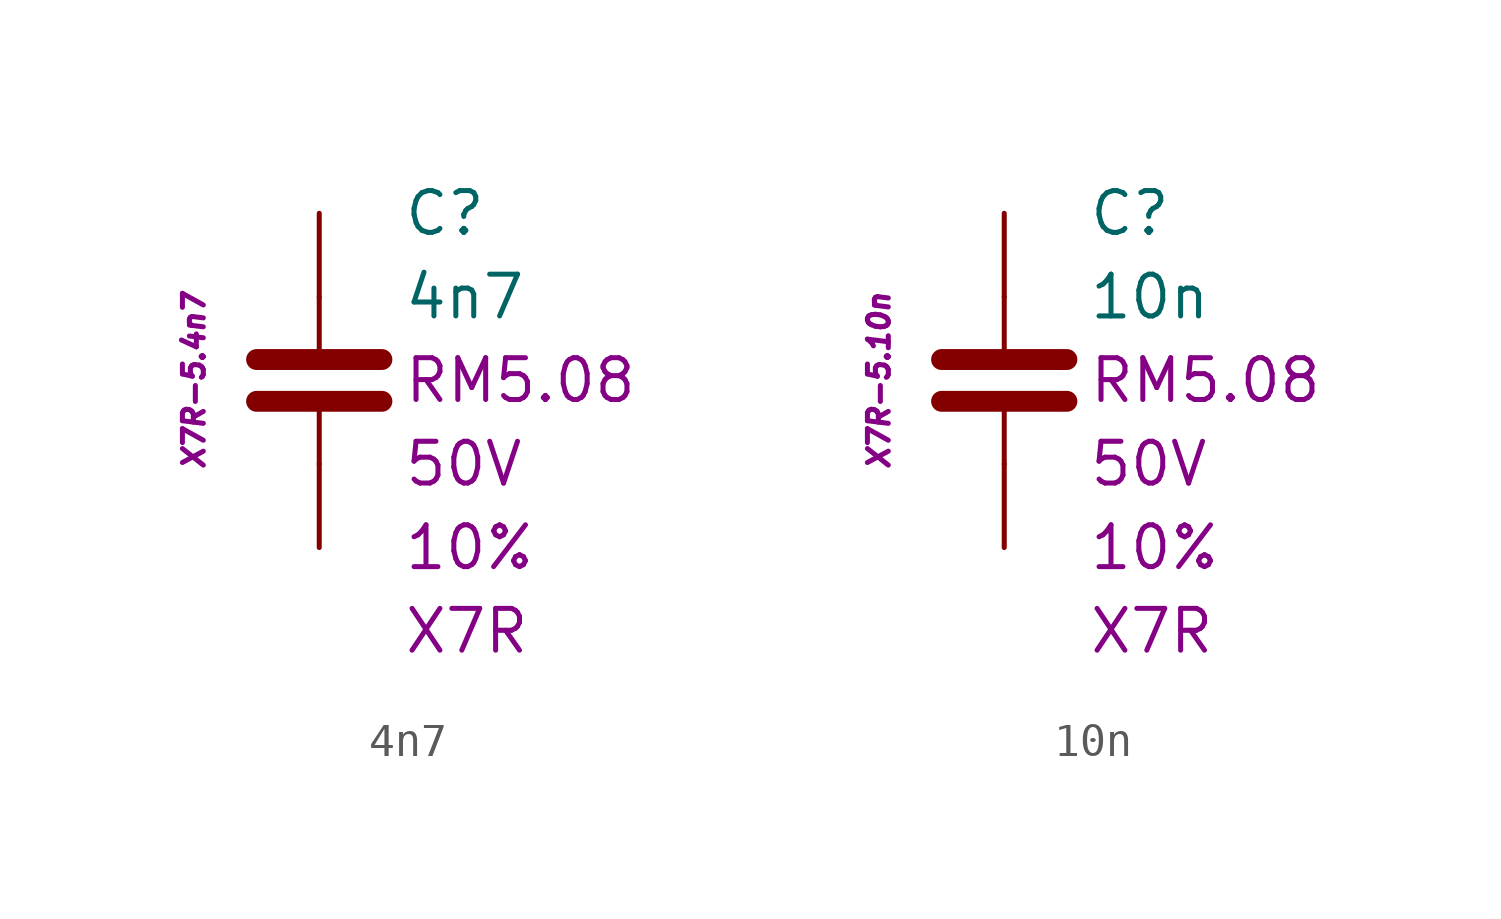
<source format=kicad_sym>
(kicad_symbol_lib
  (version 20231120)
  (generator "kicad_symbol_editor")
  (generator_version "8.0")
  (symbol "4n7"
    (pin_numbers hide)
    (pin_names
      (offset 1.016) hide)
    (property "Reference" "C"
      (at 2.54 5.08 0)
      (effects (font (size 1.27 1.27)) (justify left)))
    (property "Value" "4n7"
      (at 2.54 2.54 0)
      (effects (font (size 1.27 1.27)) (justify left)))
    (property "Package" "RM5.08"
      (at 2.54 0 0)
      (effects (font (size 1.27 1.27)) (justify left)))
    (property "Voltage" "50V"
      (at 2.54 -2.54 0)
      (effects (font (size 1.27 1.27)) (justify left)))
    (property "Tolerance" "10%"
      (at 2.54 -5.08 0)
      (effects (font (size 1.27 1.27)) (justify left)))
    (property "Dielectric" "X7R"
      (at 2.54 -7.62 0)
      (effects (font (size 1.27 1.27)) (justify left)))
    (property "MPN" "X7R-5.4n7"
      (at -3.81 0 90)
      (effects (font (size 0.635 0.635) (italic yes))))
    (symbol "4n7_0_1"
      (polyline (pts (xy -1.905 -0.635) (xy 1.905 -0.635)) (stroke (width 0.635) (type default)) (fill (type none)))
      (polyline (pts (xy -1.905 0.635) (xy 1.905 0.635)) (stroke (width 0.635) (type default)) (fill (type none)))
      (polyline (pts (xy 0 -2.54) (xy 0 -0.635)) (stroke (width 0.152) (type default)) (fill (type none)))
      (polyline (pts (xy 0 0.635) (xy 0 2.54)) (stroke (width 0.152) (type default)) (fill (type none))))
    (symbol "4n7_1_1"
      (pin passive line (at 0 5.08 270) (length 2.54) (name "~" (effects (font (size 1.778 1.778)))) (number "1" (effects (font (size 1.778 1.778)))))
      (pin passive line (at 0 -5.08 90) (length 2.54) (name "~" (effects (font (size 1.778 1.778)))) (number "2" (effects (font (size 1.778 1.778)))))))
  (symbol "10n"
    (pin_numbers hide)
    (pin_names
      (offset 1.016) hide)
    (property "Reference" "C"
      (at 2.54 5.08 0)
      (effects (font (size 1.27 1.27)) (justify left)))
    (property "Value" "10n"
      (at 2.54 2.54 0)
      (effects (font (size 1.27 1.27)) (justify left)))
    (property "Package" "RM5.08"
      (at 2.54 0 0)
      (effects (font (size 1.27 1.27)) (justify left)))
    (property "Voltage" "50V"
      (at 2.54 -2.54 0)
      (effects (font (size 1.27 1.27)) (justify left)))
    (property "Tolerance" "10%"
      (at 2.54 -5.08 0)
      (effects (font (size 1.27 1.27)) (justify left)))
    (property "Dielectric" "X7R"
      (at 2.54 -7.62 0)
      (effects (font (size 1.27 1.27)) (justify left)))
    (property "MPN" "X7R-5.10n"
      (at -3.81 0 90)
      (effects (font (size 0.635 0.635) (italic yes))))
    (symbol "10n_0_1"
      (polyline (pts (xy -1.905 -0.635) (xy 1.905 -0.635)) (stroke (width 0.635) (type default)) (fill (type none)))
      (polyline (pts (xy -1.905 0.635) (xy 1.905 0.635)) (stroke (width 0.635) (type default)) (fill (type none)))
      (polyline (pts (xy 0 -2.54) (xy 0 -0.635)) (stroke (width 0.152) (type default)) (fill (type none)))
      (polyline (pts (xy 0 0.635) (xy 0 2.54)) (stroke (width 0.152) (type default)) (fill (type none))))
    (symbol "10n_1_1"
      (pin passive line (at 0 5.08 270) (length 2.54) (name "~" (effects (font (size 1.778 1.778)))) (number "1" (effects (font (size 1.778 1.778)))))
      (pin passive line (at 0 -5.08 90) (length 2.54) (name "~" (effects (font (size 1.778 1.778)))) (number "2" (effects (font (size 1.778 1.778))))))))
</source>
